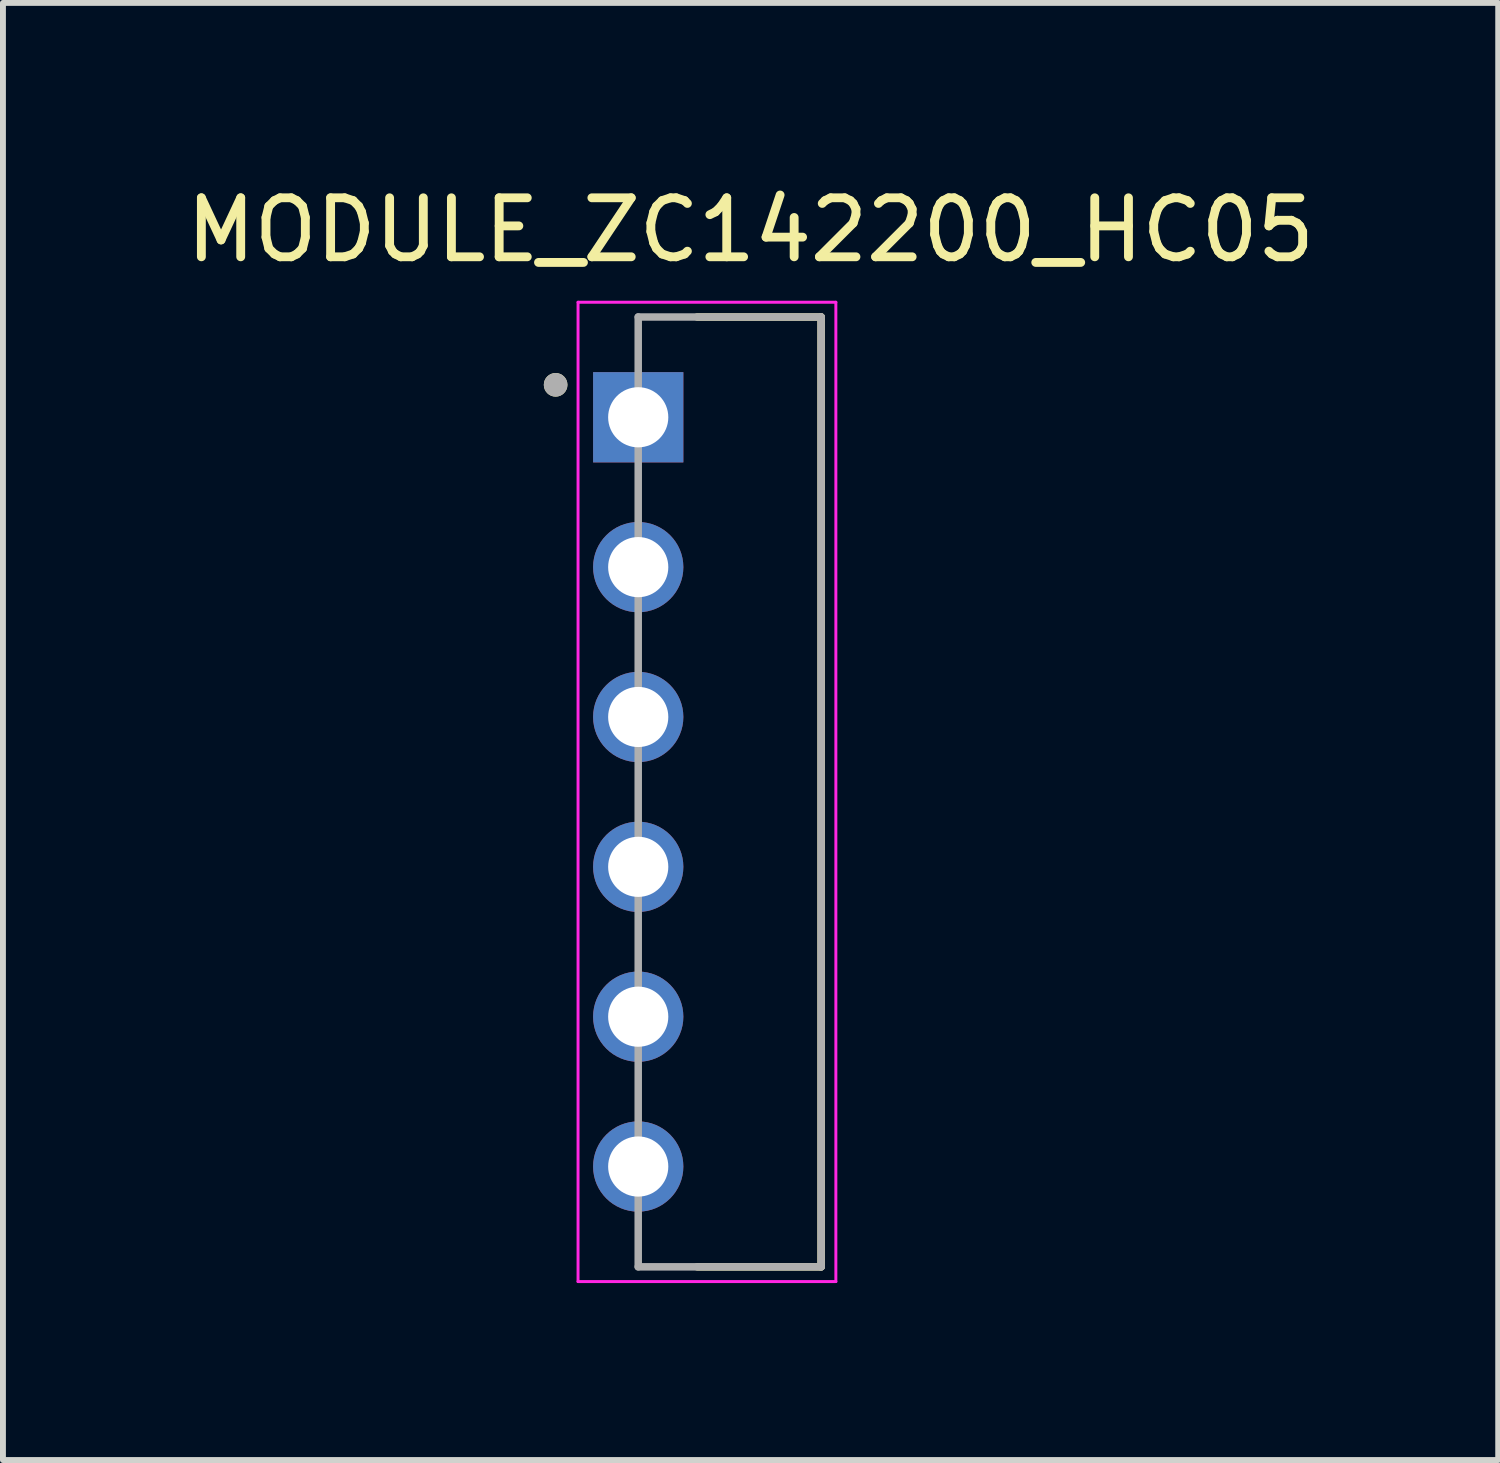
<source format=kicad_pcb>
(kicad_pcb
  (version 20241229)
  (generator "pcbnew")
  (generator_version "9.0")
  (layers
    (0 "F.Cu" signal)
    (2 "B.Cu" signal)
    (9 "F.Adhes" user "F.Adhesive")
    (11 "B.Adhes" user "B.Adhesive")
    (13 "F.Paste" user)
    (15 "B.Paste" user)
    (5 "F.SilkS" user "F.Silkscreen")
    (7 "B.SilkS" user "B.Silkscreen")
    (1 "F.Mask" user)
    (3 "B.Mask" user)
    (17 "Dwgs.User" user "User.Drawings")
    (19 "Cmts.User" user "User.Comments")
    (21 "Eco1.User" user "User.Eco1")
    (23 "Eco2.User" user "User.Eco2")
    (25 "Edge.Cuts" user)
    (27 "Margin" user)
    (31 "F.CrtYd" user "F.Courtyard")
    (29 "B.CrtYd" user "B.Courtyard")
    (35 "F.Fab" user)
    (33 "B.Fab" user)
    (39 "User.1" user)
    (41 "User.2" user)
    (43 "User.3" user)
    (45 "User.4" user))
  (footprint "MODULE_ZC142200_HC05"
    (layer "F.Cu")
    (at 7.768 10.373)
    (property "Reference" "MODULE_ZC142200_HC05" (at 1.905 -9.525 0) (layer "F.SilkS") (effects (font (size 1 1) (thickness 0.15))))
    (attr through_hole)
    (fp_line (start 1 -8.05) (end 3.1 -8.05) (stroke (width 0.127) (type solid)) (layer "F.SilkS"))
    (fp_line (start 3.1 -8.05) (end 3.1 8.05) (stroke (width 0.127) (type solid)) (layer "F.SilkS"))
    (fp_line (start 3.1 8.05) (end 1 8.05) (stroke (width 0.127) (type solid)) (layer "F.SilkS"))
    (fp_circle (center -1.4 -6.9) (end -1.3 -6.9) (stroke (width 0.2) (type solid)) (fill no) (layer "F.SilkS"))
    (fp_line (start -1.02 -8.3) (end 3.35 -8.3) (stroke (width 0.05) (type solid)) (layer "F.CrtYd"))
    (fp_line (start -1.02 8.3) (end -1.02 -8.3) (stroke (width 0.05) (type solid)) (layer "F.CrtYd"))
    (fp_line (start 3.35 -8.3) (end 3.35 8.3) (stroke (width 0.05) (type solid)) (layer "F.CrtYd"))
    (fp_line (start 3.35 8.3) (end -1.02 8.3) (stroke (width 0.05) (type solid)) (layer "F.CrtYd"))
    (fp_line (start 0 -8.05) (end 0 8.05) (stroke (width 0.127) (type solid)) (layer "F.Fab"))
    (fp_line (start 0 8.05) (end 3.1 8.05) (stroke (width 0.127) (type solid)) (layer "F.Fab"))
    (fp_line (start 3.1 -8.05) (end 0 -8.05) (stroke (width 0.127) (type solid)) (layer "F.Fab"))
    (fp_line (start 3.1 8.05) (end 3.1 -8.05) (stroke (width 0.127) (type solid)) (layer "F.Fab"))
    (fp_circle (center -1.4 -6.9) (end -1.3 -6.9) (stroke (width 0.2) (type solid)) (fill no) (layer "F.Fab"))
    (pad "1" thru_hole rect (at 0 -6.35) (size 1.53 1.53) (drill 1.02) (layers "*.Cu" "*.Mask"))
    (pad "2" thru_hole circle (at 0 -3.81) (size 1.53 1.53) (drill 1.02) (layers "*.Cu" "*.Mask"))
    (pad "3" thru_hole circle (at 0 -1.27) (size 1.53 1.53) (drill 1.02) (layers "*.Cu" "*.Mask"))
    (pad "4" thru_hole circle (at 0 1.27) (size 1.53 1.53) (drill 1.02) (layers "*.Cu" "*.Mask"))
    (pad "5" thru_hole circle (at 0 3.81) (size 1.53 1.53) (drill 1.02) (layers "*.Cu" "*.Mask"))
    (pad "6" thru_hole circle (at 0 6.35) (size 1.53 1.53) (drill 1.02) (layers "*.Cu" "*.Mask")))
  (gr_rect
    (start -3 -3)
    (end 22.345 21.698)
    (stroke (width 0.1) (type default))
    (fill no)
    (layer "Edge.Cuts")))
</source>
